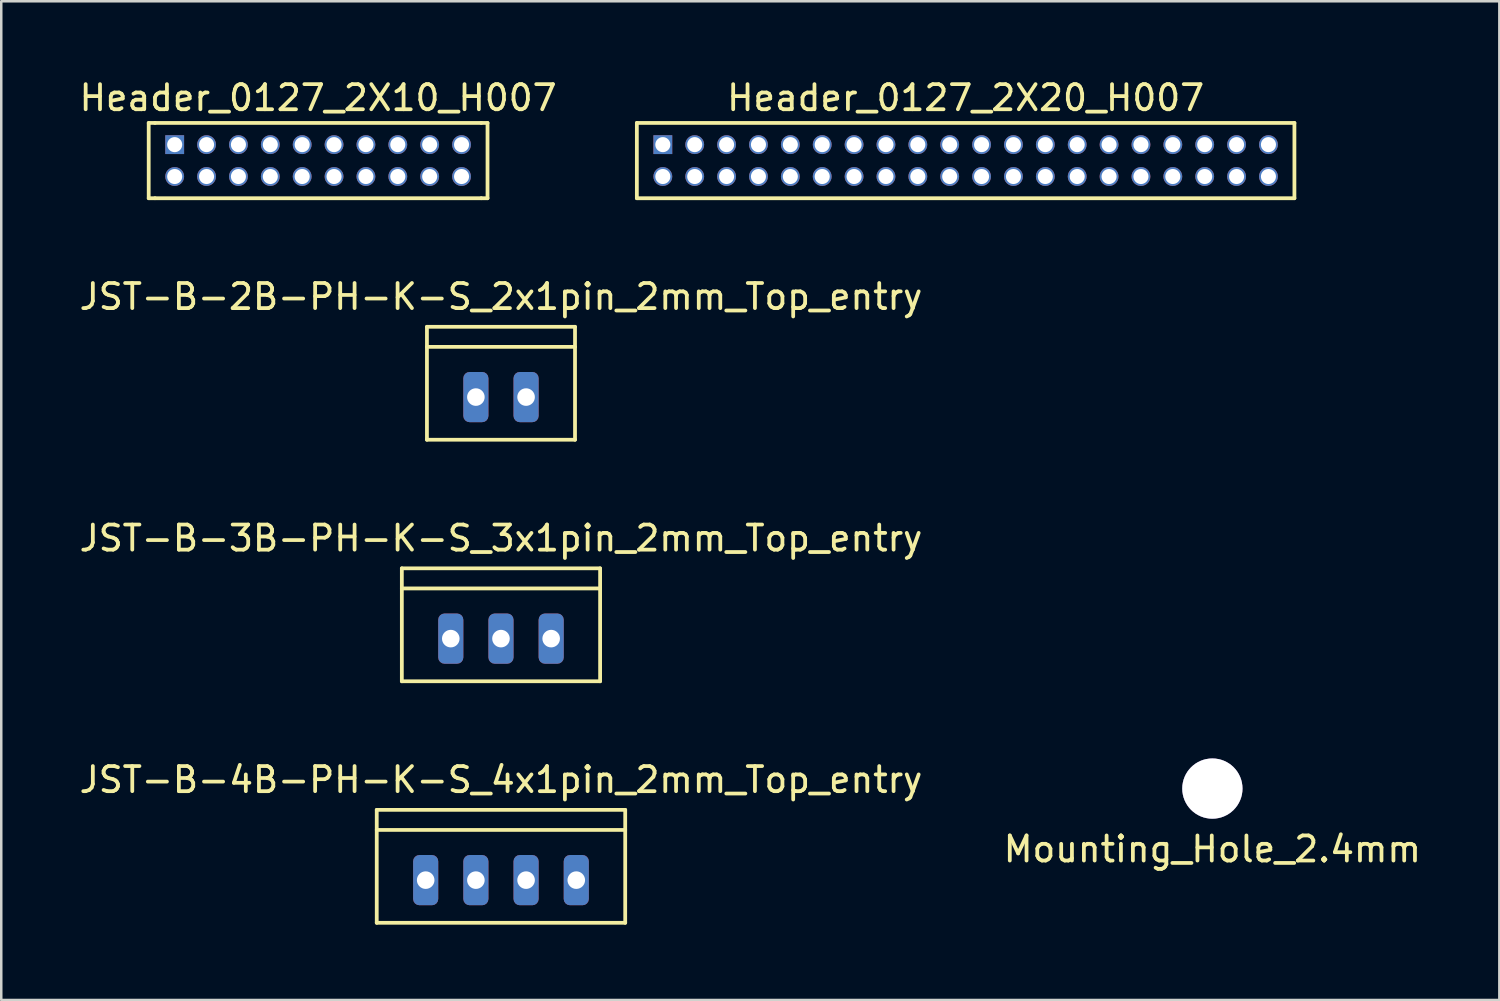
<source format=kicad_pcb>
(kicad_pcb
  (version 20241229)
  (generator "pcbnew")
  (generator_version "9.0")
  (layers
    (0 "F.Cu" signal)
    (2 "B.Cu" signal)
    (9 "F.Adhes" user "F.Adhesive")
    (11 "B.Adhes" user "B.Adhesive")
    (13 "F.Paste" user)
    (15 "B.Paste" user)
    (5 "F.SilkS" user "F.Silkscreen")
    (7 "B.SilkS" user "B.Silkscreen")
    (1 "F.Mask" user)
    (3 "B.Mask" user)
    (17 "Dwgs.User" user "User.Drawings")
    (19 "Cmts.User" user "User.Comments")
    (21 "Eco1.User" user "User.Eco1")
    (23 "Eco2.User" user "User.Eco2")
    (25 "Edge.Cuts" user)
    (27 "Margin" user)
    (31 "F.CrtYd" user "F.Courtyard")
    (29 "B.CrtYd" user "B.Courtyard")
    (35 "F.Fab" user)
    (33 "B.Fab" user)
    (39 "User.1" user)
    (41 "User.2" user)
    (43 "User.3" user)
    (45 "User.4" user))
  (footprint "JST-B-4B-PH-K-S_4x1pin_2mm_Top_entry"
    (layer "F.Cu")
    (at 16.911 32.018)
    (property "Reference" "JST-B-4B-PH-K-S_4x1pin_2mm_Top_entry" (at 0 -4 0) (layer "F.SilkS") (effects (font (size 1 1) (thickness 0.15))))
    (attr through_hole)
    (fp_line (start -4.95 -2.8) (end 4.95 -2.8) (stroke (width 0.15) (type solid)) (layer "F.SilkS"))
    (fp_line (start -4.95 -2) (end 4.95 -2) (stroke (width 0.15) (type solid)) (layer "F.SilkS"))
    (fp_line (start -4.95 1.7) (end -4.95 -2.8) (stroke (width 0.15) (type solid)) (layer "F.SilkS"))
    (fp_line (start 4.95 -2.8) (end 4.95 1.7) (stroke (width 0.15) (type solid)) (layer "F.SilkS"))
    (fp_line (start 4.95 1.7) (end -4.95 1.7) (stroke (width 0.15) (type solid)) (layer "F.SilkS"))
    (pad "1" thru_hole roundrect (at -3 0) (size 1 2) (drill 0.7) (layers "*.Cu" "*.Mask") (roundrect_rratio 0.25))
    (pad "2" thru_hole roundrect (at -1 0) (size 1 2) (drill 0.7) (layers "*.Cu" "*.Mask") (roundrect_rratio 0.25))
    (pad "3" thru_hole roundrect (at 1 0) (size 1 2) (drill 0.7) (layers "*.Cu" "*.Mask") (roundrect_rratio 0.25))
    (pad "4" thru_hole roundrect (at 3 0) (size 1 2) (drill 0.7) (layers "*.Cu" "*.Mask") (roundrect_rratio 0.25)))
  (footprint "JST-B-2B-PH-K-S_2x1pin_2mm_Top_entry"
    (layer "F.Cu")
    (at 16.911 12.771)
    (property "Reference" "JST-B-2B-PH-K-S_2x1pin_2mm_Top_entry" (at 0 -4 0) (layer "F.SilkS") (effects (font (size 1 1) (thickness 0.15))))
    (attr through_hole)
    (fp_line (start -2.95 -2.8) (end 2.95 -2.8) (stroke (width 0.15) (type solid)) (layer "F.SilkS"))
    (fp_line (start -2.95 -2) (end 2.95 -2) (stroke (width 0.15) (type solid)) (layer "F.SilkS"))
    (fp_line (start -2.95 1.7) (end -2.95 -2.8) (stroke (width 0.15) (type solid)) (layer "F.SilkS"))
    (fp_line (start 2.95 -2.8) (end 2.95 1.7) (stroke (width 0.15) (type solid)) (layer "F.SilkS"))
    (fp_line (start 2.95 1.7) (end -2.95 1.7) (stroke (width 0.15) (type solid)) (layer "F.SilkS"))
    (pad "1" thru_hole roundrect (at -1 0) (size 1 2) (drill 0.7) (layers "*.Cu" "*.Mask") (roundrect_rratio 0.25))
    (pad "2" thru_hole roundrect (at 1 0) (size 1 2) (drill 0.7) (layers "*.Cu" "*.Mask") (roundrect_rratio 0.25)))
  (footprint "Mounting_Hole_2.4mm"
    (layer "F.Cu")
    (at 45.256 28.37)
    (property "Reference" "Mounting_Hole_2.4mm" (at 0 2.413 0) (layer "F.SilkS") (effects (font (size 1 1) (thickness 0.15))))
    (attr through_hole)
    (pad "HOLE" thru_hole circle (at 0 0) (size 2.4 2.4) (drill 2.4) (layers "*.Cu")))
  (footprint "Header_0127_2X20_H007"
    (layer "F.Cu")
    (at 35.425 3.348)
    (property "Reference" "Header_0127_2X20_H007" (at 0 -2.5 0) (layer "F.SilkS") (effects (font (size 1 1) (thickness 0.15))))
    (attr through_hole)
    (fp_line (start -13.1 -1.5) (end -13.1 1.5) (stroke (width 0.15) (type solid)) (layer "F.SilkS"))
    (fp_line (start -13.1 -1.5) (end 13.1 -1.5) (stroke (width 0.15) (type solid)) (layer "F.SilkS"))
    (fp_line (start 13.1 -1.5) (end 13.1 1.5) (stroke (width 0.15) (type solid)) (layer "F.SilkS"))
    (fp_line (start 13.1 1.5) (end -13.1 1.5) (stroke (width 0.15) (type solid)) (layer "F.SilkS"))
    (pad "1" thru_hole rect (at -12.065 -0.635) (size 0.75 0.75) (drill 0.6) (layers "*.Cu" "*.Mask"))
    (pad "2" thru_hole circle (at -12.065 0.635) (size 0.75 0.75) (drill 0.6) (layers "*.Cu" "*.Mask"))
    (pad "3" thru_hole circle (at -10.795 -0.635) (size 0.75 0.75) (drill 0.6) (layers "*.Cu" "*.Mask"))
    (pad "4" thru_hole circle (at -10.795 0.635) (size 0.75 0.75) (drill 0.6) (layers "*.Cu" "*.Mask"))
    (pad "5" thru_hole circle (at -9.525 -0.635) (size 0.75 0.75) (drill 0.6) (layers "*.Cu" "*.Mask"))
    (pad "6" thru_hole circle (at -9.525 0.635) (size 0.75 0.75) (drill 0.6) (layers "*.Cu" "*.Mask"))
    (pad "7" thru_hole circle (at -8.255 -0.635) (size 0.75 0.75) (drill 0.6) (layers "*.Cu" "*.Mask"))
    (pad "8" thru_hole circle (at -8.255 0.635) (size 0.75 0.75) (drill 0.6) (layers "*.Cu" "*.Mask"))
    (pad "9" thru_hole circle (at -6.985 -0.635) (size 0.75 0.75) (drill 0.6) (layers "*.Cu" "*.Mask"))
    (pad "10" thru_hole circle (at -6.985 0.635) (size 0.75 0.75) (drill 0.6) (layers "*.Cu" "*.Mask"))
    (pad "11" thru_hole circle (at -5.715 -0.635) (size 0.75 0.75) (drill 0.6) (layers "*.Cu" "*.Mask"))
    (pad "12" thru_hole circle (at -5.715 0.635) (size 0.75 0.75) (drill 0.6) (layers "*.Cu" "*.Mask"))
    (pad "13" thru_hole circle (at -4.445 -0.635) (size 0.75 0.75) (drill 0.6) (layers "*.Cu" "*.Mask"))
    (pad "14" thru_hole circle (at -4.445 0.635) (size 0.75 0.75) (drill 0.6) (layers "*.Cu" "*.Mask"))
    (pad "15" thru_hole circle (at -3.175 -0.635) (size 0.75 0.75) (drill 0.6) (layers "*.Cu" "*.Mask"))
    (pad "16" thru_hole circle (at -3.175 0.635) (size 0.75 0.75) (drill 0.6) (layers "*.Cu" "*.Mask"))
    (pad "17" thru_hole circle (at -1.905 -0.635) (size 0.75 0.75) (drill 0.6) (layers "*.Cu" "*.Mask"))
    (pad "18" thru_hole circle (at -1.905 0.635) (size 0.75 0.75) (drill 0.6) (layers "*.Cu" "*.Mask"))
    (pad "19" thru_hole circle (at -0.635 -0.635) (size 0.75 0.75) (drill 0.6) (layers "*.Cu" "*.Mask"))
    (pad "20" thru_hole circle (at -0.635 0.635) (size 0.75 0.75) (drill 0.6) (layers "*.Cu" "*.Mask"))
    (pad "21" thru_hole circle (at 0.635 -0.635) (size 0.75 0.75) (drill 0.6) (layers "*.Cu" "*.Mask"))
    (pad "22" thru_hole circle (at 0.635 0.635) (size 0.75 0.75) (drill 0.6) (layers "*.Cu" "*.Mask"))
    (pad "23" thru_hole circle (at 1.905 -0.635) (size 0.75 0.75) (drill 0.6) (layers "*.Cu" "*.Mask"))
    (pad "24" thru_hole circle (at 1.905 0.635) (size 0.75 0.75) (drill 0.6) (layers "*.Cu" "*.Mask"))
    (pad "25" thru_hole circle (at 3.175 -0.635) (size 0.75 0.75) (drill 0.6) (layers "*.Cu" "*.Mask"))
    (pad "26" thru_hole circle (at 3.175 0.635) (size 0.75 0.75) (drill 0.6) (layers "*.Cu" "*.Mask"))
    (pad "27" thru_hole circle (at 4.445 -0.635) (size 0.75 0.75) (drill 0.6) (layers "*.Cu" "*.Mask"))
    (pad "28" thru_hole circle (at 4.445 0.635) (size 0.75 0.75) (drill 0.6) (layers "*.Cu" "*.Mask"))
    (pad "29" thru_hole circle (at 5.715 -0.635) (size 0.75 0.75) (drill 0.6) (layers "*.Cu" "*.Mask"))
    (pad "30" thru_hole circle (at 5.715 0.635) (size 0.75 0.75) (drill 0.6) (layers "*.Cu" "*.Mask"))
    (pad "31" thru_hole circle (at 6.985 -0.635) (size 0.75 0.75) (drill 0.6) (layers "*.Cu" "*.Mask"))
    (pad "32" thru_hole circle (at 6.985 0.635) (size 0.75 0.75) (drill 0.6) (layers "*.Cu" "*.Mask"))
    (pad "33" thru_hole circle (at 8.255 -0.635) (size 0.75 0.75) (drill 0.6) (layers "*.Cu" "*.Mask"))
    (pad "34" thru_hole circle (at 8.255 0.635) (size 0.75 0.75) (drill 0.6) (layers "*.Cu" "*.Mask"))
    (pad "35" thru_hole circle (at 9.525 -0.635) (size 0.75 0.75) (drill 0.6) (layers "*.Cu" "*.Mask"))
    (pad "36" thru_hole circle (at 9.525 0.635) (size 0.75 0.75) (drill 0.6) (layers "*.Cu" "*.Mask"))
    (pad "37" thru_hole circle (at 10.795 -0.635) (size 0.75 0.75) (drill 0.6) (layers "*.Cu" "*.Mask"))
    (pad "38" thru_hole circle (at 10.795 0.635) (size 0.75 0.75) (drill 0.6) (layers "*.Cu" "*.Mask"))
    (pad "39" thru_hole circle (at 12.065 -0.635) (size 0.75 0.75) (drill 0.6) (layers "*.Cu" "*.Mask"))
    (pad "40" thru_hole circle (at 12.065 0.635) (size 0.75 0.75) (drill 0.6) (layers "*.Cu" "*.Mask")))
  (footprint "Header_0127_2X10_H007"
    (layer "F.Cu")
    (at 9.625 3.348)
    (property "Reference" "Header_0127_2X10_H007" (at 0 -2.5 0) (layer "F.SilkS") (effects (font (size 1 1) (thickness 0.15))))
    (attr through_hole)
    (fp_line (start -6.75 -1.5) (end -6.75 1.5) (stroke (width 0.15) (type solid)) (layer "F.SilkS"))
    (fp_line (start -6.75 1.5) (end -6.5 1.5) (stroke (width 0.15) (type solid)) (layer "F.SilkS"))
    (fp_line (start -6.5 -1.5) (end -6.75 -1.5) (stroke (width 0.15) (type solid)) (layer "F.SilkS"))
    (fp_line (start -6.5 -1.5) (end 6.5 -1.5) (stroke (width 0.15) (type solid)) (layer "F.SilkS"))
    (fp_line (start 6.5 1.5) (end -6.5 1.5) (stroke (width 0.15) (type solid)) (layer "F.SilkS"))
    (fp_line (start 6.5 1.5) (end 6.75 1.5) (stroke (width 0.15) (type solid)) (layer "F.SilkS"))
    (fp_line (start 6.75 -1.5) (end 6.5 -1.5) (stroke (width 0.15) (type solid)) (layer "F.SilkS"))
    (fp_line (start 6.75 1.5) (end 6.75 -1.5) (stroke (width 0.15) (type solid)) (layer "F.SilkS"))
    (pad "1" thru_hole rect (at -5.715 -0.635) (size 0.75 0.75) (drill 0.6) (layers "*.Cu" "*.Mask"))
    (pad "2" thru_hole circle (at -5.715 0.635) (size 0.75 0.75) (drill 0.6) (layers "*.Cu" "*.Mask"))
    (pad "3" thru_hole circle (at -4.445 -0.635) (size 0.75 0.75) (drill 0.6) (layers "*.Cu" "*.Mask"))
    (pad "4" thru_hole circle (at -4.445 0.635) (size 0.75 0.75) (drill 0.6) (layers "*.Cu" "*.Mask"))
    (pad "5" thru_hole circle (at -3.175 -0.635) (size 0.75 0.75) (drill 0.6) (layers "*.Cu" "*.Mask"))
    (pad "6" thru_hole circle (at -3.175 0.635) (size 0.75 0.75) (drill 0.6) (layers "*.Cu" "*.Mask"))
    (pad "7" thru_hole circle (at -1.905 -0.635) (size 0.75 0.75) (drill 0.6) (layers "*.Cu" "*.Mask"))
    (pad "8" thru_hole circle (at -1.905 0.635) (size 0.75 0.75) (drill 0.6) (layers "*.Cu" "*.Mask"))
    (pad "9" thru_hole circle (at -0.635 -0.635) (size 0.75 0.75) (drill 0.6) (layers "*.Cu" "*.Mask"))
    (pad "10" thru_hole circle (at -0.635 0.635) (size 0.75 0.75) (drill 0.6) (layers "*.Cu" "*.Mask"))
    (pad "11" thru_hole circle (at 0.635 -0.635) (size 0.75 0.75) (drill 0.6) (layers "*.Cu" "*.Mask"))
    (pad "12" thru_hole circle (at 0.635 0.635) (size 0.75 0.75) (drill 0.6) (layers "*.Cu" "*.Mask"))
    (pad "13" thru_hole circle (at 1.905 -0.635) (size 0.75 0.75) (drill 0.6) (layers "*.Cu" "*.Mask"))
    (pad "14" thru_hole circle (at 1.905 0.635) (size 0.75 0.75) (drill 0.6) (layers "*.Cu" "*.Mask"))
    (pad "15" thru_hole circle (at 3.175 -0.635) (size 0.75 0.75) (drill 0.6) (layers "*.Cu" "*.Mask"))
    (pad "16" thru_hole circle (at 3.175 0.635) (size 0.75 0.75) (drill 0.6) (layers "*.Cu" "*.Mask"))
    (pad "17" thru_hole circle (at 4.445 -0.635) (size 0.75 0.75) (drill 0.6) (layers "*.Cu" "*.Mask"))
    (pad "18" thru_hole circle (at 4.445 0.635) (size 0.75 0.75) (drill 0.6) (layers "*.Cu" "*.Mask"))
    (pad "19" thru_hole circle (at 5.715 -0.635) (size 0.75 0.75) (drill 0.6) (layers "*.Cu" "*.Mask"))
    (pad "20" thru_hole circle (at 5.715 0.635) (size 0.75 0.75) (drill 0.6) (layers "*.Cu" "*.Mask")))
  (footprint "JST-B-3B-PH-K-S_3x1pin_2mm_Top_entry"
    (layer "F.Cu")
    (at 16.911 22.395)
    (property "Reference" "JST-B-3B-PH-K-S_3x1pin_2mm_Top_entry" (at 0 -4 0) (layer "F.SilkS") (effects (font (size 1 1) (thickness 0.15))))
    (attr through_hole)
    (fp_line (start -3.95 -2.8) (end 3.95 -2.8) (stroke (width 0.15) (type solid)) (layer "F.SilkS"))
    (fp_line (start -3.95 -2) (end 3.95 -2) (stroke (width 0.15) (type solid)) (layer "F.SilkS"))
    (fp_line (start -3.95 1.7) (end -3.95 -2.8) (stroke (width 0.15) (type solid)) (layer "F.SilkS"))
    (fp_line (start 3.95 -2.8) (end 3.95 1.7) (stroke (width 0.15) (type solid)) (layer "F.SilkS"))
    (fp_line (start 3.95 1.7) (end -3.95 1.7) (stroke (width 0.15) (type solid)) (layer "F.SilkS"))
    (pad "1" thru_hole roundrect (at -2 0) (size 1 2) (drill 0.7) (layers "*.Cu" "*.Mask") (roundrect_rratio 0.25))
    (pad "2" thru_hole roundrect (at 0 0) (size 1 2) (drill 0.7) (layers "*.Cu" "*.Mask") (roundrect_rratio 0.25))
    (pad "3" thru_hole roundrect (at 2 0) (size 1 2) (drill 0.7) (layers "*.Cu" "*.Mask") (roundrect_rratio 0.25)))
  (gr_rect
    (start -3 -3)
    (end 56.69 36.793)
    (stroke (width 0.1) (type default))
    (fill no)
    (layer "Edge.Cuts")))
</source>
